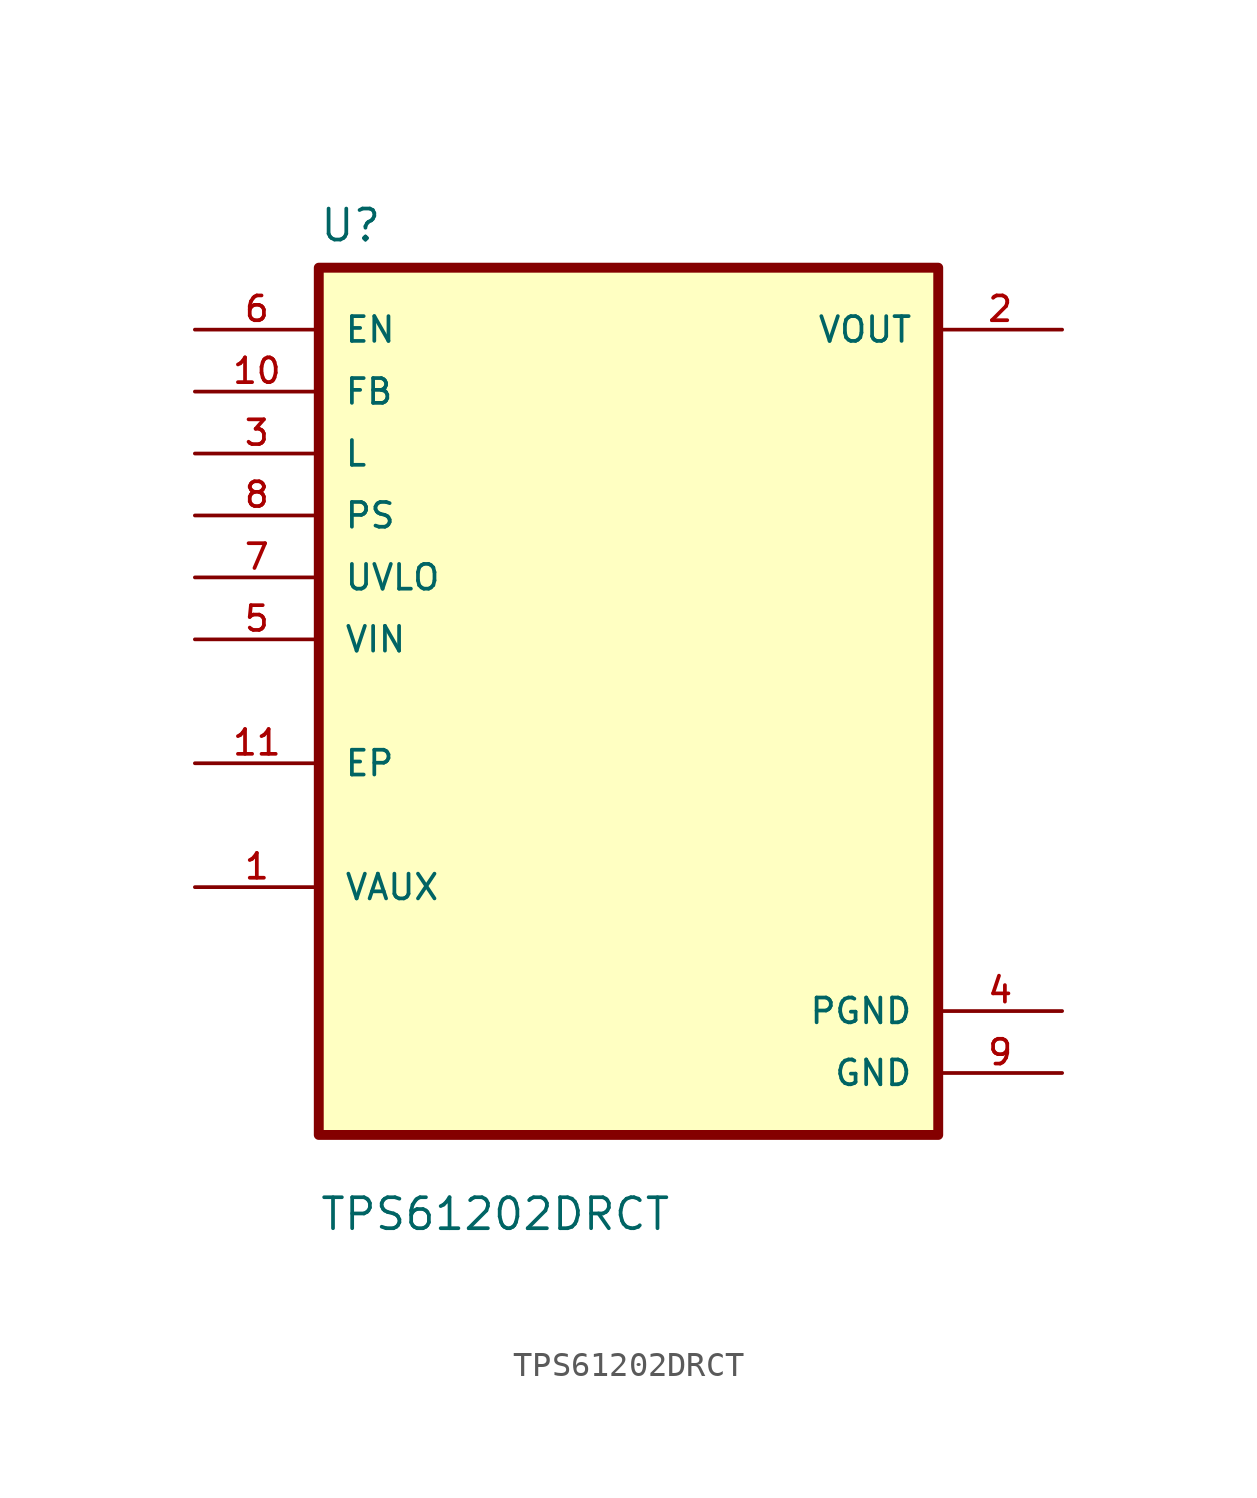
<source format=kicad_sym>
(kicad_symbol_lib
  (version 20211014)
  (generator kicad_symbol_editor)
  (symbol "TPS61202DRCT"
    (pin_names
      (offset 1.016))
    (property "Reference" "U"
      (at -12.7 18.771 0)
      (effects (font (size 1.27 1.27)) (justify left bottom)))
    (property "Value" "TPS61202DRCT"
      (at -12.7 -21.768 0)
      (effects (font (size 1.27 1.27)) (justify left bottom)))
    (property "ki_locked" ""
      (at 0 0 0)
      (effects (font (size 1.27 1.27))))
    (symbol "TPS61202DRCT_0_0"
      (rectangle (start -12.7 -17.78) (end 12.7 17.78) (stroke (width 0.406) (type default) (color 0 0 0 0)) (fill (type background)))
      (pin bidirectional line (at -17.78 -7.62 0) (length 5.08) (name "VAUX" (effects (font (size 1.016 1.016)))) (number "1" (effects (font (size 1.016 1.016)))))
      (pin input line (at -17.78 12.7 0) (length 5.08) (name "FB" (effects (font (size 1.016 1.016)))) (number "10" (effects (font (size 1.016 1.016)))))
      (pin bidirectional line (at -17.78 -2.54 0) (length 5.08) (name "EP" (effects (font (size 1.016 1.016)))) (number "11" (effects (font (size 1.016 1.016)))))
      (pin output line (at 17.78 15.24 180) (length 5.08) (name "VOUT" (effects (font (size 1.016 1.016)))) (number "2" (effects (font (size 1.016 1.016)))))
      (pin input line (at -17.78 10.16 0) (length 5.08) (name "L" (effects (font (size 1.016 1.016)))) (number "3" (effects (font (size 1.016 1.016)))))
      (pin power_in line (at 17.78 -12.7 180) (length 5.08) (name "PGND" (effects (font (size 1.016 1.016)))) (number "4" (effects (font (size 1.016 1.016)))))
      (pin input line (at -17.78 2.54 0) (length 5.08) (name "VIN" (effects (font (size 1.016 1.016)))) (number "5" (effects (font (size 1.016 1.016)))))
      (pin input line (at -17.78 15.24 0) (length 5.08) (name "EN" (effects (font (size 1.016 1.016)))) (number "6" (effects (font (size 1.016 1.016)))))
      (pin input line (at -17.78 5.08 0) (length 5.08) (name "UVLO" (effects (font (size 1.016 1.016)))) (number "7" (effects (font (size 1.016 1.016)))))
      (pin input line (at -17.78 7.62 0) (length 5.08) (name "PS" (effects (font (size 1.016 1.016)))) (number "8" (effects (font (size 1.016 1.016)))))
      (pin power_in line (at 17.78 -15.24 180) (length 5.08) (name "GND" (effects (font (size 1.016 1.016)))) (number "9" (effects (font (size 1.016 1.016))))))))
</source>
